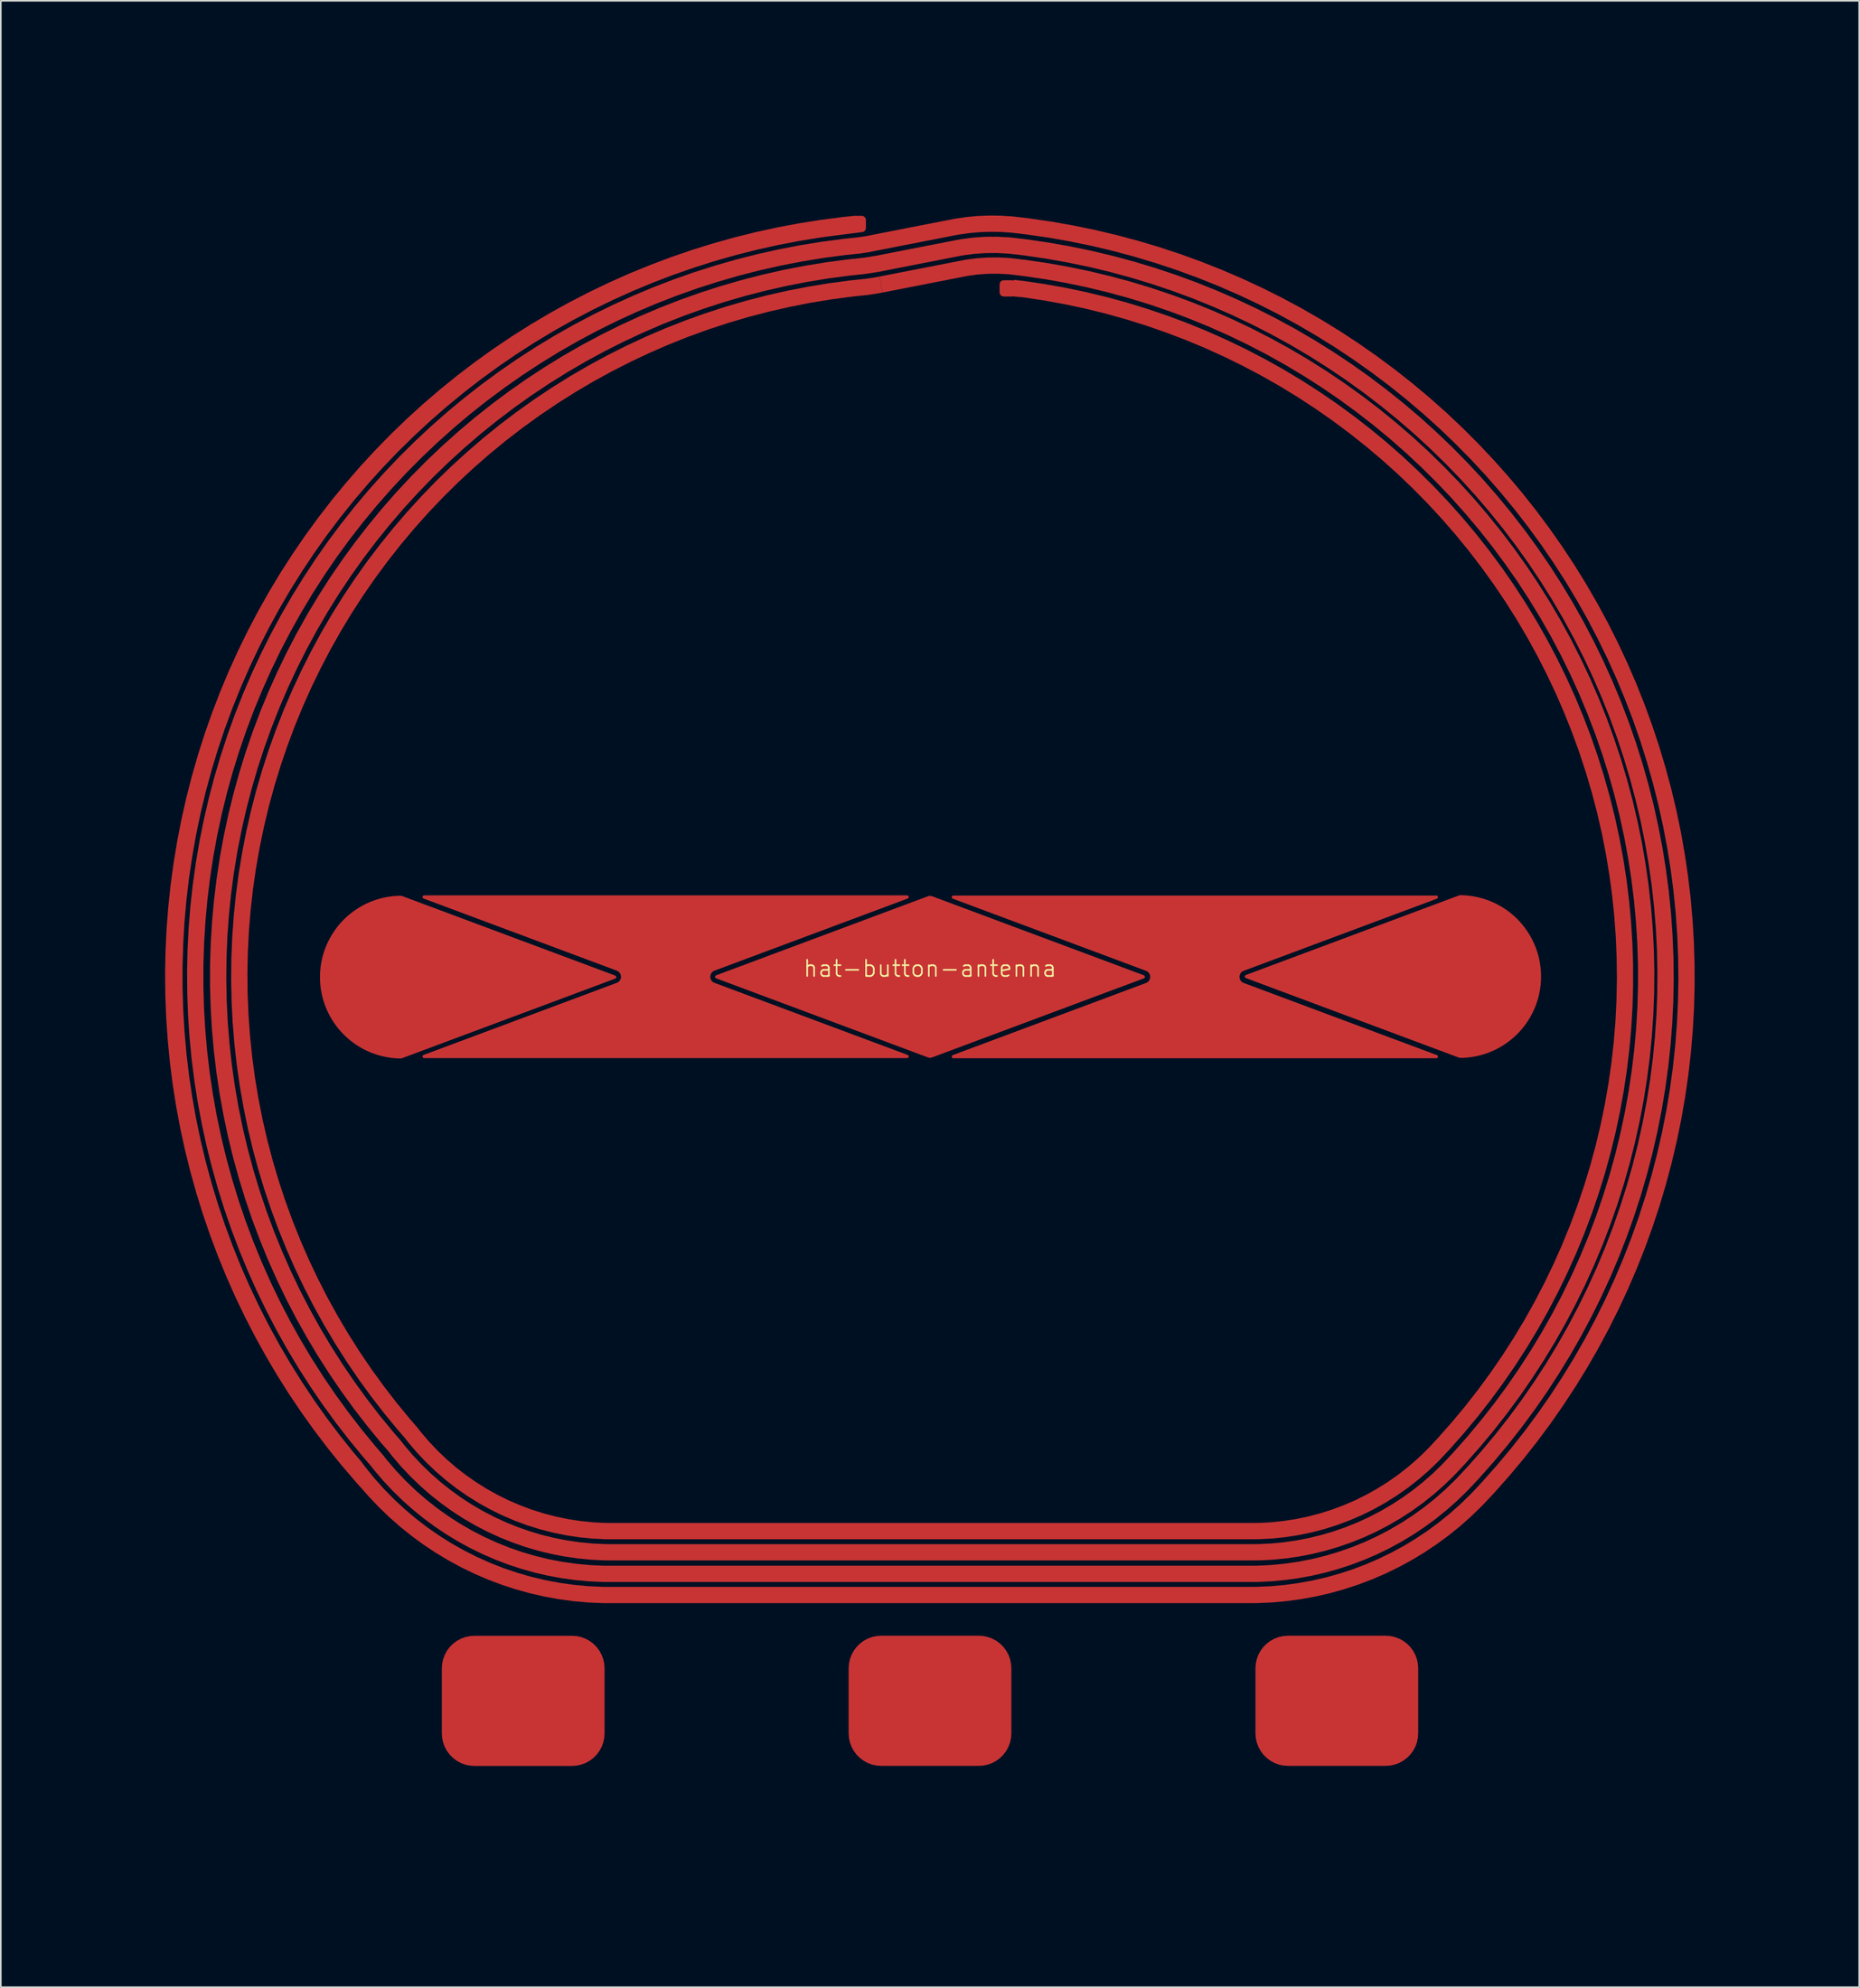
<source format=kicad_pcb>
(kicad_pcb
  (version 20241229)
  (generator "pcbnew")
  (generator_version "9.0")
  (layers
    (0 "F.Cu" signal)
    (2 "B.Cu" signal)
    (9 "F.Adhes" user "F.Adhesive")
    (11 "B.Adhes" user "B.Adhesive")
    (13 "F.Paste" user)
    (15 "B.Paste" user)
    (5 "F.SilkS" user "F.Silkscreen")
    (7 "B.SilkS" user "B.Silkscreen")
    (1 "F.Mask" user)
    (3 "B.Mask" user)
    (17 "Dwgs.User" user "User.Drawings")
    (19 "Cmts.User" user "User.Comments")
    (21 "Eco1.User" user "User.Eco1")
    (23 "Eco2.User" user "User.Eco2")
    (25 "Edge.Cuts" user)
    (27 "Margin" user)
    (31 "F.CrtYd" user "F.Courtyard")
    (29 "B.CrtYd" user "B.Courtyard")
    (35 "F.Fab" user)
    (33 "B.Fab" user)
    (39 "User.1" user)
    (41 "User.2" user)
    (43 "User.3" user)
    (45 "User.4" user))
  (footprint "hat-button-antenna"
    (layer "F.Cu")
    (at 54.1 56.975)
    (property "Reference" "hat-button-antenna" (at 0 -0.5 0) (layer "F.SilkS") (effects (font (size 1 1) (thickness 0.1))))
    (property "Datasheet" "" (at 0 0 0) (layer "F.Fab") (effects (font (size 1 1) (thickness 0.15))))
    (property "Description" "" (at 0 0 0) (layer "F.Fab") (effects (font (size 1 1) (thickness 0.15))))
    (attr smd)
    (fp_line (start -54 -5) (end -54 5) (stroke (width 0.2) (type default)) (layer "User.1"))
    (fp_line (start -35.008 -45.448) (end -35.008 -45.448) (stroke (width 0.2) (type default)) (layer "User.1"))
    (fp_line (start -34.043 -44.316) (end -35.008 -45.448) (stroke (width 0.2) (type default)) (layer "User.1"))
    (fp_line (start -32.431 4.974) (end -19.359 0.094) (stroke (width 0.2) (type default)) (layer "User.1"))
    (fp_line (start -32.208 -47.711) (end -31.299 -46.524) (stroke (width 0.2) (type default)) (layer "User.1"))
    (fp_line (start -31.457 -45.27) (end -32.799 -44.185) (stroke (width 0.2) (type default)) (layer "User.1"))
    (fp_line (start -31.123 -4.806) (end -19.254 -0.375) (stroke (width 0.2) (type default)) (layer "User.1"))
    (fp_line (start -31.089 5) (end -1.411 5) (stroke (width 0.2) (type default)) (layer "User.1"))
    (fp_line (start -30 42.5) (end -30 46.5) (stroke (width 0.2) (type default)) (layer "User.1"))
    (fp_line (start -28 48.5) (end -22 48.5) (stroke (width 0.2) (type default)) (layer "User.1"))
    (fp_line (start -22 40.5) (end -28 40.5) (stroke (width 0.2) (type default)) (layer "User.1"))
    (fp_line (start -20 46.5) (end -20 42.5) (stroke (width 0.2) (type default)) (layer "User.1"))
    (fp_line (start -19.666 35.9) (end 19.666 35.9) (stroke (width 0.2) (type default)) (layer "User.1"))
    (fp_line (start -19.666 37.2) (end 19.666 37.2) (stroke (width 0.2) (type default)) (layer "User.1"))
    (fp_line (start -19.666 38.5) (end 19.666 38.5) (stroke (width 0.2) (type default)) (layer "User.1"))
    (fp_line (start -19.666 34.6) (end 19.666 34.6) (stroke (width 0.2) (type default)) (layer "User.1"))
    (fp_line (start -19.359 -0.094) (end -32.433 -4.975) (stroke (width 0.2) (type default)) (layer "User.1"))
    (fp_line (start -19.254 0.375) (end -31.124 4.806) (stroke (width 0.2) (type default)) (layer "User.1"))
    (fp_line (start -14.569 -56.875) (end -14.569 -56.875) (stroke (width 0.2) (type default)) (layer "User.1"))
    (fp_line (start -13.246 -0.375) (end -1.377 -4.806) (stroke (width 0.2) (type default)) (layer "User.1"))
    (fp_line (start -13.141 0.094) (end -0.14 4.948) (stroke (width 0.2) (type default)) (layer "User.1"))
    (fp_line (start -5 42.5) (end -5 46.5) (stroke (width 0.2) (type default)) (layer "User.1"))
    (fp_line (start -4.632 -45.687) (end -4.632 -46.761) (stroke (width 0.2) (type default)) (layer "User.1"))
    (fp_line (start -3.532 -44.571) (end 1.425 -45.542) (stroke (width 0.2) (type default)) (layer "User.1"))
    (fp_line (start -3.282 -43.295) (end 1.675 -44.267) (stroke (width 0.2) (type default)) (layer "User.1"))
    (fp_line (start -3.032 -42.02) (end 1.925 -42.991) (stroke (width 0.2) (type default)) (layer "User.1"))
    (fp_line (start -3 48.5) (end 3 48.5) (stroke (width 0.2) (type default)) (layer "User.1"))
    (fp_line (start -1.411 -5) (end -31.09 -5) (stroke (width 0.2) (type default)) (layer "User.1"))
    (fp_line (start -1.377 -4.806) (end -1.377 -4.806) (stroke (width 0.2) (type default)) (layer "User.1"))
    (fp_line (start -1.376 4.806) (end -13.246 0.375) (stroke (width 0.2) (type default)) (layer "User.1"))
    (fp_line (start -0.14 -4.948) (end -13.141 -0.094) (stroke (width 0.2) (type default)) (layer "User.1"))
    (fp_line (start 0.14 4.948) (end 13.141 0.094) (stroke (width 0.2) (type default)) (layer "User.1"))
    (fp_line (start 1.233 -46.524) (end -3.724 -45.553) (stroke (width 0.2) (type default)) (layer "User.1"))
    (fp_line (start 1.377 -4.806) (end 13.246 -0.375) (stroke (width 0.2) (type default)) (layer "User.1"))
    (fp_line (start 1.411 5) (end 31.089 5) (stroke (width 0.2) (type default)) (layer "User.1"))
    (fp_line (start 1.483 -45.248) (end -3.474 -44.277) (stroke (width 0.2) (type default)) (layer "User.1"))
    (fp_line (start 1.733 -43.972) (end -3.224 -43.001) (stroke (width 0.2) (type default)) (layer "User.1"))
    (fp_line (start 3 40.5) (end -3 40.5) (stroke (width 0.2) (type default)) (layer "User.1"))
    (fp_line (start 5 -42.809) (end 5 -41.802) (stroke (width 0.2) (type default)) (layer "User.1"))
    (fp_line (start 5 46.5) (end 5 42.5) (stroke (width 0.2) (type default)) (layer "User.1"))
    (fp_line (start 13.141 -0.094) (end 0.14 -4.948) (stroke (width 0.2) (type default)) (layer "User.1"))
    (fp_line (start 13.246 0.375) (end 1.376 4.806) (stroke (width 0.2) (type default)) (layer "User.1"))
    (fp_line (start 14.569 -56.875) (end -14.569 -56.875) (stroke (width 0.2) (type default)) (layer "User.1"))
    (fp_line (start 19.254 -0.375) (end 31.123 -4.806) (stroke (width 0.2) (type default)) (layer "User.1"))
    (fp_line (start 19.359 0.094) (end 32.431 4.974) (stroke (width 0.2) (type default)) (layer "User.1"))
    (fp_line (start 19.666 33.6) (end -19.666 33.6) (stroke (width 0.2) (type default)) (layer "User.1"))
    (fp_line (start 19.666 34.9) (end -19.666 34.9) (stroke (width 0.2) (type default)) (layer "User.1"))
    (fp_line (start 19.666 36.2) (end 19.666 36.2) (stroke (width 0.2) (type default)) (layer "User.1"))
    (fp_line (start 19.666 36.2) (end -19.666 36.2) (stroke (width 0.2) (type default)) (layer "User.1"))
    (fp_line (start 19.666 37.5) (end 19.666 37.5) (stroke (width 0.2) (type default)) (layer "User.1"))
    (fp_line (start 19.666 37.5) (end -19.666 37.5) (stroke (width 0.2) (type default)) (layer "User.1"))
    (fp_line (start 20 42.5) (end 20 46.5) (stroke (width 0.2) (type default)) (layer "User.1"))
    (fp_line (start 22 48.5) (end 28 48.5) (stroke (width 0.2) (type default)) (layer "User.1"))
    (fp_line (start 28 40.5) (end 22 40.5) (stroke (width 0.2) (type default)) (layer "User.1"))
    (fp_line (start 30 46.5) (end 30 42.5) (stroke (width 0.2) (type default)) (layer "User.1"))
    (fp_line (start 31.088 -5) (end 1.41 -5) (stroke (width 0.2) (type default)) (layer "User.1"))
    (fp_line (start 31.123 -4.806) (end 31.123 -4.806) (stroke (width 0.2) (type default)) (layer "User.1"))
    (fp_line (start 31.124 4.806) (end 19.254 0.375) (stroke (width 0.2) (type default)) (layer "User.1"))
    (fp_line (start 31.299 -46.524) (end 32.208 -47.711) (stroke (width 0.2) (type default)) (layer "User.1"))
    (fp_line (start 32.208 -47.711) (end 32.208 -47.711) (stroke (width 0.2) (type default)) (layer "User.1"))
    (fp_line (start 32.431 -4.974) (end 19.359 -0.094) (stroke (width 0.2) (type default)) (layer "User.1"))
    (fp_line (start 32.779 -44.201) (end 31.436 -45.287) (stroke (width 0.2) (type default)) (layer "User.1"))
    (fp_line (start 35.008 -45.448) (end 34.038 -44.31) (stroke (width 0.2) (type default)) (layer "User.1"))
    (fp_line (start 54 5) (end 54 -5) (stroke (width 0.2) (type default)) (layer "User.1"))
    (fp_arc (start -54 -5) (mid -52.22818 -18.719227) (end -47.028993 -31.538158) (stroke (width 0.2) (type default)) (layer "User.1"))
    (fp_arc (start -47.028993 -31.538158) (mid -46.176168 -32.346833) (end -45.016356 -32.536842) (stroke (width 0.2) (type default)) (layer "User.1"))
    (fp_arc (start -44.618456 35.416992) (mid -51.60134 20.915453) (end -54 4.999998) (stroke (width 0.2) (type default)) (layer "User.1"))
    (fp_arc (start -42.351204 36.193625) (mid -43.614038 36.182511) (end -44.618456 35.416992) (stroke (width 0.2) (type default)) (layer "User.1"))
    (fp_arc (start -42.351204 36.193625) (mid -38.075713 37.407407) (end -37.560787 41.821922) (stroke (width 0.2) (type default)) (layer "User.1"))
    (fp_arc (start -40.915929 -38.326217) (mid -41.210512 -34.188074) (end -45.016356 -32.536842) (stroke (width 0.2) (type default)) (layer "User.1"))
    (fp_arc (start -40.915929 -38.326217) (mid -41.121577 -39.483347) (end -40.64179 -40.556222) (stroke (width 0.2) (type default)) (layer "User.1"))
    (fp_arc (start -40.64179 -40.556222) (mid -38.260473 -43.106906) (end -35.719387 -45.498461) (stroke (width 0.2) (type default)) (layer "User.1"))
    (fp_arc (start -37.156461 44.184147) (mid -37.751627 43.070302) (end -37.560787 41.821922) (stroke (width 0.2) (type default)) (layer "User.1"))
    (fp_arc (start -35.719387 -45.498461) (mid -35.35317 -45.622186) (end -35.008186 -45.447796) (stroke (width 0.2) (type default)) (layer "User.1"))
    (fp_arc (start -34.955355 29.779823) (mid -42.609693 -17.121002) (end -4.632223 -45.686508) (stroke (width 0.2) (type default)) (layer "User.1"))
    (fp_arc (start -34.796584 31.579153) (mid -43.851467 -16.884727) (end -4.632223 -46.760961) (stroke (width 0.2) (type default)) (layer "User.1"))
    (fp_arc (start -34.407599 30.005394) (mid -42.463868 -16.763845) (end -4.632223 -45.417497) (stroke (width 0.2) (type default)) (layer "User.1"))
    (fp_arc (start -33.635875 29.368831) (mid -41.538764 -16.383876) (end -4.530758 -44.422658) (stroke (width 0.2) (type default)) (layer "User.1"))
    (fp_arc (start -33.404295 29.177929) (mid -41.261249 -16.269842) (end -4.500318 -44.124206) (stroke (width 0.2) (type default)) (layer "User.1"))
    (fp_arc (start -32.799468 -44.1849) (mid -33.447559 -43.999096) (end -34.042861 -44.315568) (stroke (width 0.2) (type default)) (layer "User.1"))
    (fp_arc (start -32.632131 28.541833) (mid -40.336258 -15.889574) (end -4.398852 -43.129367) (stroke (width 0.2) (type default)) (layer "User.1"))
    (fp_arc (start -32.576931 -4.999408) (mid -32.503767 -4.993805) (end -32.432859 -4.974933) (stroke (width 0.2) (type default)) (layer "User.1"))
    (fp_arc (start -32.576931 4.999408) (mid -37.5 0) (end -32.576931 -4.999408) (stroke (width 0.2) (type default)) (layer "User.1"))
    (fp_arc (start -32.430871 4.974191) (mid -32.502723 4.993624) (end -32.576931 4.999408) (stroke (width 0.2) (type default)) (layer "User.1"))
    (fp_arc (start -32.400409 28.351083) (mid -40.058779 -15.775443) (end -4.368413 -42.830916) (stroke (width 0.2) (type default)) (layer "User.1"))
    (fp_arc (start -32.208222 -47.711101) (mid -32.306353 -48.084992) (end -32.108528 -48.417075) (stroke (width 0.2) (type default)) (layer "User.1"))
    (fp_arc (start -32.108528 -48.417075) (mid -24.12956 -53.30905) (end -15.42575 -56.749843) (stroke (width 0.2) (type default)) (layer "User.1"))
    (fp_arc (start -31.627729 27.715535) (mid -39.133919 -15.394821) (end -4.266947 -41.836077) (stroke (width 0.2) (type default)) (layer "User.1"))
    (fp_arc (start -31.29929 -46.524337) (mid -31.120864 -45.86459) (end -31.45736 -45.269711) (stroke (width 0.2) (type default)) (layer "User.1"))
    (fp_arc (start -31.123481 -4.806304) (mid -31.187061 -4.91698) (end -31.090112 -5) (stroke (width 0.2) (type default)) (layer "User.1"))
    (fp_arc (start -31.088536 5) (mid -31.186944 4.917772) (end -31.123514 4.806316) (stroke (width 0.2) (type default)) (layer "User.1"))
    (fp_arc (start -30 42.499999) (mid -29.414214 41.085786) (end -28.000001 40.5) (stroke (width 0.2) (type default)) (layer "User.1"))
    (fp_arc (start -28.000001 48.5) (mid -29.414214 47.914214) (end -30 46.500002) (stroke (width 0.2) (type default)) (layer "User.1"))
    (fp_arc (start -21.999999 40.5) (mid -20.585786 41.085786) (end -20 42.499999) (stroke (width 0.2) (type default)) (layer "User.1"))
    (fp_arc (start -20 46.5) (mid -20.585786 47.914214) (end -21.999999 48.5) (stroke (width 0.2) (type default)) (layer "User.1"))
    (fp_arc (start -19.665962 36.2) (mid -27.441297 34.40076) (end -33.635875 29.368831) (stroke (width 0.2) (type default)) (layer "User.1"))
    (fp_arc (start -19.665961 34.9) (mid -26.886554 33.224912) (end -32.632131 28.541833) (stroke (width 0.2) (type default)) (layer "User.1"))
    (fp_arc (start -19.66596 33.6) (mid -26.331372 32.049254) (end -31.627729 27.715535) (stroke (width 0.2) (type default)) (layer "User.1"))
    (fp_arc (start -19.66596 35.9) (mid -27.313314 34.129395) (end -33.404295 29.177929) (stroke (width 0.2) (type default)) (layer "User.1"))
    (fp_arc (start -19.66596 37.2) (mid -27.867763 35.305369) (end -34.407599 30.005394) (stroke (width 0.2) (type default)) (layer "User.1"))
    (fp_arc (start -19.66596 37.5) (mid -28.229936 35.460493) (end -34.955355 29.779823) (stroke (width 0.2) (type default)) (layer "User.1"))
    (fp_arc (start -19.665959 38.5) (mid -27.985123 36.687675) (end -34.796584 31.579153) (stroke (width 0.2) (type default)) (layer "User.1"))
    (fp_arc (start -19.665958 34.6) (mid -26.758475 32.953589) (end -32.400409 28.351083) (stroke (width 0.2) (type default)) (layer "User.1"))
    (fp_arc (start -19.358642 -0.093684) (mid -19.293618 0) (end -19.358641 0.093684) (stroke (width 0.2) (type default)) (layer "User.1"))
    (fp_arc (start -19.253712 -0.374735) (mid -18.993618 0) (end -19.253711 0.374735) (stroke (width 0.2) (type default)) (layer "User.1"))
    (fp_arc (start -15.42575 -56.749843) (mid -15.001759 -56.843427) (end -14.5687 -56.874842) (stroke (width 0.2) (type default)) (layer "User.1"))
    (fp_arc (start -13.246288 0.374735) (mid -13.506382 0) (end -13.246289 -0.374735) (stroke (width 0.2) (type default)) (layer "User.1"))
    (fp_arc (start -13.141358 0.093684) (mid -13.206381 -0.000001) (end -13.141357 -0.093685) (stroke (width 0.2) (type default)) (layer "User.1"))
    (fp_arc (start -5 42.499999) (mid -4.414214 41.085786) (end -3.000001 40.5) (stroke (width 0.2) (type default)) (layer "User.1"))
    (fp_arc (start -3.723822 -45.552537) (mid -4.176472 -45.474587) (end -4.632223 -45.417497) (stroke (width 0.2) (type default)) (layer "User.1"))
    (fp_arc (start -3.531598 -44.571186) (mid -4.029472 -44.485447) (end -4.530758 -44.422658) (stroke (width 0.2) (type default)) (layer "User.1"))
    (fp_arc (start -3.474032 -44.276761) (mid -3.985423 -44.188696) (end -4.500318 -44.124206) (stroke (width 0.2) (type default)) (layer "User.1"))
    (fp_arc (start -3.281717 -43.295428) (mid -3.838377 -43.199569) (end -4.398852 -43.129367) (stroke (width 0.2) (type default)) (layer "User.1"))
    (fp_arc (start -3.224025 -43.001027) (mid -3.794265 -42.902828) (end -4.368413 -42.830916) (stroke (width 0.2) (type default)) (layer "User.1"))
    (fp_arc (start -3.03162 -42.019711) (mid -3.647175 -41.913707) (end -4.266947 -41.836077) (stroke (width 0.2) (type default)) (layer "User.1"))
    (fp_arc (start -3.000001 48.5) (mid -4.414214 47.914214) (end -5 46.500002) (stroke (width 0.2) (type default)) (layer "User.1"))
    (fp_arc (start -1.4115 -5) (mid -1.313092 -4.917771) (end -1.376524 -4.806316) (stroke (width 0.2) (type default)) (layer "User.1"))
    (fp_arc (start -1.376486 4.806316) (mid -1.313055 4.917771) (end -1.411463 5) (stroke (width 0.2) (type default)) (layer "User.1"))
    (fp_arc (start -0.139917 -4.947762) (mid 0 -4.973029) (end 0.139917 -4.947762) (stroke (width 0.2) (type default)) (layer "User.1"))
    (fp_arc (start 0.139909 4.947765) (mid -0.000001 4.973031) (end -0.13991 4.947765) (stroke (width 0.2) (type default)) (layer "User.1"))
    (fp_arc (start 1.232663 -46.52378) (mid 3.317387 -46.767248) (end 5.414747 -46.687049) (stroke (width 0.2) (type default)) (layer "User.1"))
    (fp_arc (start 1.376519 -4.806304) (mid 1.312939 -4.91698) (end 1.409888 -5) (stroke (width 0.2) (type default)) (layer "User.1"))
    (fp_arc (start 1.411464 5) (mid 1.313056 4.917772) (end 1.376486 4.806316) (stroke (width 0.2) (type default)) (layer "User.1"))
    (fp_arc (start 1.424979 -45.542447) (mid 3.356405 -45.768012) (end 5.299539 -45.693707) (stroke (width 0.2) (type default)) (layer "User.1"))
    (fp_arc (start 1.482669 -45.248046) (mid 3.368109 -45.46824) (end 5.264977 -45.395705) (stroke (width 0.2) (type default)) (layer "User.1"))
    (fp_arc (start 1.674944 -44.266706) (mid 3.407107 -44.469) (end 5.14977 -44.402363) (stroke (width 0.2) (type default)) (layer "User.1"))
    (fp_arc (start 1.732652 -43.972308) (mid 3.418819 -44.16923) (end 5.115207 -44.104361) (stroke (width 0.2) (type default)) (layer "User.1"))
    (fp_arc (start 1.924911 -42.990964) (mid 3.457809 -43.169987) (end 5 -43.111019) (stroke (width 0.2) (type default)) (layer "User.1"))
    (fp_arc (start 3 40.5) (mid 4.414214 41.085786) (end 5 42.499999) (stroke (width 0.2) (type default)) (layer "User.1"))
    (fp_arc (start 5 -43.111019) (mid 40.765242 -14.89144) (end 31.61121 29.737037) (stroke (width 0.2) (type default)) (layer "User.1"))
    (fp_arc (start 5 -42.808993) (mid 40.489421 -14.772161) (end 31.3927 29.531481) (stroke (width 0.2) (type default)) (layer "User.1"))
    (fp_arc (start 5 -41.802032) (mid 39.569972 -14.374534) (end 30.664331 28.846296) (stroke (width 0.2) (type default)) (layer "User.1"))
    (fp_arc (start 5 46.500001) (mid 4.414214 47.914214) (end 3.000002 48.5) (stroke (width 0.2) (type default)) (layer "User.1"))
    (fp_arc (start 5.115207 -44.104361) (mid 41.704534 -15.234561) (end 32.339579 30.422222) (stroke (width 0.2) (type default)) (layer "User.1"))
    (fp_arc (start 5.14977 -44.402363) (mid 41.986321 -15.337496) (end 32.55809 30.627778) (stroke (width 0.2) (type default)) (layer "User.1"))
    (fp_arc (start 5.264977 -45.395705) (mid 42.925613 -15.680618) (end 33.286459 31.312963) (stroke (width 0.2) (type default)) (layer "User.1"))
    (fp_arc (start 5.299539 -45.693707) (mid 43.207401 -15.783553) (end 33.50497 31.518519) (stroke (width 0.2) (type default)) (layer "User.1"))
    (fp_arc (start 5.414747 -46.687049) (mid 44.146692 -16.126674) (end 34.233339 32.203704) (stroke (width 0.2) (type default)) (layer "User.1"))
    (fp_arc (start 13.141359 -0.093684) (mid 13.206382 0) (end 13.141358 0.093684) (stroke (width 0.2) (type default)) (layer "User.1"))
    (fp_arc (start 13.246288 -0.374735) (mid 13.506382 0) (end 13.246289 0.374735) (stroke (width 0.2) (type default)) (layer "User.1"))
    (fp_arc (start 14.5688 -56.874852) (mid 15.001809 -56.843432) (end 15.42575 -56.749843) (stroke (width 0.2) (type default)) (layer "User.1"))
    (fp_arc (start 15.42575 -56.749843) (mid 24.12956 -53.30905) (end 32.108528 -48.417075) (stroke (width 0.2) (type default)) (layer "User.1"))
    (fp_arc (start 19.253712 0.374735) (mid 18.993618 0) (end 19.253711 -0.374735) (stroke (width 0.2) (type default)) (layer "User.1"))
    (fp_arc (start 19.358641 0.093684) (mid 19.293618 0) (end 19.358642 -0.093684) (stroke (width 0.2) (type default)) (layer "User.1"))
    (fp_arc (start 20 42.499999) (mid 20.585786 41.085786) (end 21.999999 40.5) (stroke (width 0.2) (type default)) (layer "User.1"))
    (fp_arc (start 21.999999 48.5) (mid 20.585786 47.914214) (end 20 46.500001) (stroke (width 0.2) (type default)) (layer "User.1"))
    (fp_arc (start 28.000001 40.5) (mid 29.414214 41.085786) (end 30 42.499999) (stroke (width 0.2) (type default)) (layer "User.1"))
    (fp_arc (start 30 46.500001) (mid 29.414214 47.914214) (end 28.000002 48.5) (stroke (width 0.2) (type default)) (layer "User.1"))
    (fp_arc (start 30.664331 28.846296) (mid 25.656825 32.360719) (end 19.665959 33.6) (stroke (width 0.2) (type default)) (layer "User.1"))
    (fp_arc (start 31.0885 -5) (mid 31.186908 -4.917771) (end 31.123476 -4.806316) (stroke (width 0.2) (type default)) (layer "User.1"))
    (fp_arc (start 31.123514 4.806316) (mid 31.186945 4.917771) (end 31.088537 5) (stroke (width 0.2) (type default)) (layer "User.1"))
    (fp_arc (start 31.3927 29.531481) (mid 26.053573 33.278648) (end 19.665963 34.6) (stroke (width 0.2) (type default)) (layer "User.1"))
    (fp_arc (start 31.436456 -45.286607) (mid 31.119257 -45.877879) (end 31.299254 -46.52429) (stroke (width 0.2) (type default)) (layer "User.1"))
    (fp_arc (start 31.61121 29.737037) (mid 26.172594 33.554026) (end 19.665959 34.9) (stroke (width 0.2) (type default)) (layer "User.1"))
    (fp_arc (start 32.108528 -48.417075) (mid 32.306288 -48.084926) (end 32.208089 -47.71105) (stroke (width 0.2) (type default)) (layer "User.1"))
    (fp_arc (start 32.339579 30.422222) (mid 26.569342 34.471955) (end 19.665963 35.9) (stroke (width 0.2) (type default)) (layer "User.1"))
    (fp_arc (start 32.430915 -4.974207) (mid 32.502745 -4.993631) (end 32.576931 -4.999408) (stroke (width 0.2) (type default)) (layer "User.1"))
    (fp_arc (start 32.55809 30.627778) (mid 26.688365 34.747333) (end 19.66596 36.199999) (stroke (width 0.2) (type default)) (layer "User.1"))
    (fp_arc (start 32.576931 -4.999408) (mid 37.5 0) (end 32.576931 4.999408) (stroke (width 0.2) (type default)) (layer "User.1"))
    (fp_arc (start 32.576931 4.999408) (mid 32.502723 4.993624) (end 32.430872 4.974191) (stroke (width 0.2) (type default)) (layer "User.1"))
    (fp_arc (start 33.286459 31.312963) (mid 27.085112 35.665262) (end 19.665962 37.2) (stroke (width 0.2) (type default)) (layer "User.1"))
    (fp_arc (start 33.50497 31.518519) (mid 27.204135 35.94064) (end 19.66596 37.499999) (stroke (width 0.2) (type default)) (layer "User.1"))
    (fp_arc (start 34.038387 -44.310321) (mid 33.431 -43.997551) (end 32.778963 -44.201475) (stroke (width 0.2) (type default)) (layer "User.1"))
    (fp_arc (start 34.233339 32.203704) (mid 27.60088 36.858568) (end 19.665958 38.5) (stroke (width 0.2) (type default)) (layer "User.1"))
    (fp_arc (start 35.008195 -45.447902) (mid 35.353183 -45.622223) (end 35.719387 -45.498461) (stroke (width 0.2) (type default)) (layer "User.1"))
    (fp_arc (start 35.719387 -45.498461) (mid 38.260473 -43.106905) (end 40.64179 -40.556222) (stroke (width 0.2) (type default)) (layer "User.1"))
    (fp_arc (start 37.156461 44.184147) (mid 0 59) (end -37.156461 44.184147) (stroke (width 0.2) (type default)) (layer "User.1"))
    (fp_arc (start 37.560787 41.821922) (mid 37.751627 43.070302) (end 37.156461 44.184147) (stroke (width 0.2) (type default)) (layer "User.1"))
    (fp_arc (start 37.560787 41.821922) (mid 38.075713 37.407407) (end 42.351204 36.193625) (stroke (width 0.2) (type default)) (layer "User.1"))
    (fp_arc (start 40.64179 -40.556222) (mid 41.1216 -39.48335) (end 40.915929 -38.326217) (stroke (width 0.2) (type default)) (layer "User.1"))
    (fp_arc (start 44.618456 35.416992) (mid 43.614038 36.182511) (end 42.351204 36.193625) (stroke (width 0.2) (type default)) (layer "User.1"))
    (fp_arc (start 45.016356 -32.536842) (mid 41.210501 -34.18807) (end 40.915929 -38.326217) (stroke (width 0.2) (type default)) (layer "User.1"))
    (fp_arc (start 45.016356 -32.536842) (mid 46.176169 -32.346835) (end 47.028993 -31.538158) (stroke (width 0.2) (type default)) (layer "User.1"))
    (fp_arc (start 47.028993 -31.538158) (mid 52.228179 -18.719227) (end 54 -5) (stroke (width 0.2) (type default)) (layer "User.1"))
    (fp_arc (start 54 5.000001) (mid 51.60134 20.915455) (end 44.618456 35.416992) (stroke (width 0.2) (type default)) (layer "User.1"))
    (fp_circle (center -34.5 10.1) (end -34.5 8.9) (stroke (width 0.2) (type default)) (fill no) (layer "User.1"))
    (fp_circle (center 34.5 10.1) (end 34.5 8.9) (stroke (width 0.2) (type default)) (fill no) (layer "User.1"))
    (pad "1" smd roundrect (at -24.999 44.504) (size 10 8) (layers "F.Cu" "F.Mask" "F.Paste") (roundrect_rratio 0.25))
    (pad "2" smd roundrect (at 0 44.5) (size 10 8) (layers "F.Cu" "F.Mask" "F.Paste") (roundrect_rratio 0.25))
    (pad "3" smd roundrect (at 25 44.5) (size 10 8) (layers "F.Cu" "F.Mask" "F.Paste") (roundrect_rratio 0.25))
    (pad "4" smd custom (at -33 0) (size 1 1) (layers "F.Cu" "F.Mask" "F.Paste") (options (anchor circle)) (primitives (gr_poly (pts (xy -0.5 -0.25) (xy -0.481 -0.346) (xy -0.427 -0.427) (xy -0.346 -0.481) (xy -0.25 -0.5) (xy 0.25 -0.5) (xy 0.346 -0.481) (xy 0.427 -0.427) (xy 0.481 -0.346) (xy 0.5 -0.25) (xy 0.5 0.25) (xy 0.481 0.346) (xy 0.427 0.427) (xy 0.346 0.481) (xy 0.25 0.5) (xy -0.25 0.5) (xy -0.346 0.481) (xy -0.427 0.427) (xy -0.481 0.346) (xy -0.5 0.25)) (width 0) (fill yes)) (gr_poly (pts (arc (start 0.436555 -4.975257) (mid -4.486514 0.024151) (end 0.436555 5.023559)) (arc (start 0.436555 5.023559) (mid 0.510763 5.017775) (end 0.582615 4.998342)) (arc (start 13.654845 0.117835) (mid 13.719868 0.024151) (end 13.654844 -0.069533)) (arc (start 0.580627 -4.950782) (mid 0.509719 -4.969654) (end 0.436555 -4.975257))) (width 0) (fill yes))))
    (pad "5" smd custom (at -16.5 0) (size 1 1) (layers "F.Cu" "F.Mask" "F.Paste") (options (anchor circle)) (primitives (gr_poly (pts (xy -0.5 -0.25) (xy -0.481 -0.346) (xy -0.427 -0.427) (xy -0.346 -0.481) (xy -0.25 -0.5) (xy 0.25 -0.5) (xy 0.346 -0.481) (xy 0.427 -0.427) (xy 0.481 -0.346) (xy 0.5 -0.25) (xy 0.5 0.25) (xy 0.481 0.346) (xy 0.427 0.427) (xy 0.346 0.481) (xy 0.25 0.5) (xy -0.25 0.5) (xy -0.346 0.481) (xy -0.427 0.427) (xy -0.481 0.346) (xy -0.5 0.25)) (width 0) (fill yes)) (gr_poly (pts (arc (start -14.619813 4.808752) (mid -14.683243 4.920208) (end -14.584835 5.002436)) (arc (start 15.092238 5.002436) (mid 15.190646 4.920207) (end 15.127215 4.808752)) (arc (start 3.257413 0.377171) (mid 2.997319 0.002436) (end 3.257412 -0.372299)) (xy 15.127 -4.804) (arc (start 15.127177 -4.80388) (mid 15.190609 -4.915335) (end 15.092201 -4.997564)) (arc (start -14.586411 -4.997564) (mid -14.68336 -4.914544) (end -14.61978 -4.803868)) (arc (start -2.750011 -0.372299) (mid -2.489917 0.002436) (end -2.75001 0.377171))) (width 0) (fill yes))))
    (pad "6" smd custom (at 0 0) (size 1 1) (layers "F.Cu" "F.Mask" "F.Paste") (options (anchor circle)) (primitives (gr_poly (pts (xy -0.5 -0.25) (xy -0.481 -0.346) (xy -0.427 -0.427) (xy -0.346 -0.481) (xy -0.25 -0.5) (xy 0.25 -0.5) (xy 0.346 -0.481) (xy 0.427 -0.427) (xy 0.481 -0.346) (xy 0.5 -0.25) (xy 0.5 0.25) (xy 0.481 0.346) (xy 0.427 0.427) (xy 0.346 0.481) (xy 0.25 0.5) (xy -0.25 0.5) (xy -0.346 0.481) (xy -0.427 0.427) (xy -0.481 0.346) (xy -0.5 0.25)) (width 0) (fill yes)) (gr_poly (pts (arc (start 0.140612 4.955048) (mid 0.000702 4.980314) (end -0.139207 4.955048)) (arc (start -13.140655 0.100967) (mid -13.205678 0.007282) (end -13.140654 -0.086402)) (arc (start -0.139214 -4.940479) (mid 0.000703 -4.965746) (end 0.14062 -4.940479)) (arc (start 13.142062 -0.086401) (mid 13.207085 0.007283) (end 13.142061 0.100967))) (width 0) (fill yes))))
    (pad "7" smd custom (at 16 0) (size 1 1) (layers "F.Cu" "F.Mask" "F.Paste") (options (anchor circle)) (primitives (gr_poly (pts (xy -0.5 -0.25) (xy -0.481 -0.346) (xy -0.427 -0.427) (xy -0.346 -0.481) (xy -0.25 -0.5) (xy 0.25 -0.5) (xy 0.346 -0.481) (xy 0.427 -0.427) (xy 0.481 -0.346) (xy 0.5 -0.25) (xy 0.5 0.25) (xy 0.481 0.346) (xy 0.427 0.427) (xy 0.346 0.481) (xy 0.25 0.5) (xy -0.25 0.5) (xy -0.346 0.481) (xy -0.427 0.427) (xy -0.481 0.346) (xy -0.5 0.25)) (width 0) (fill yes)) (gr_poly (pts (arc (start -14.598076 4.817518) (mid -14.661506 4.928974) (end -14.563098 5.011202)) (arc (start 15.113975 5.011202) (mid 15.212383 4.928973) (end 15.148952 4.817518)) (arc (start 3.27915 0.385937) (mid 3.019056 0.011202) (end 3.279149 -0.363533)) (xy 15.149 -4.795) (arc (start 15.148914 -4.795114) (mid 15.212346 -4.906569) (end 15.113938 -4.988798)) (arc (start -14.564674 -4.988798) (mid -14.661623 -4.905778) (end -14.598043 -4.795102)) (arc (start -2.728274 -0.363533) (mid -2.46818 0.011202) (end -2.728273 0.385937))) (width 0) (fill yes))))
    (pad "8" smd custom (at 32.5 0) (size 1 1) (layers "F.Cu" "F.Mask" "F.Paste") (options (anchor circle)) (primitives (gr_poly (pts (xy -0.5 -0.25) (xy -0.481 -0.346) (xy -0.427 -0.427) (xy -0.346 -0.481) (xy -0.25 -0.5) (xy 0.25 -0.5) (xy 0.346 -0.481) (xy 0.427 -0.427) (xy 0.481 -0.346) (xy 0.5 -0.25) (xy 0.5 0.25) (xy 0.481 0.346) (xy 0.427 0.427) (xy 0.346 0.481) (xy 0.25 0.5) (xy -0.25 0.5) (xy -0.346 0.481) (xy -0.427 0.427) (xy -0.481 0.346) (xy -0.5 0.25)) (width 0) (fill yes)) (gr_poly (pts (arc (start 0.127172 4.988606) (mid 0.052964 4.982822) (end -0.018887 4.963389)) (arc (start -13.091118 0.082882) (mid -13.156141 -0.010802) (end -13.091117 -0.104486)) (arc (start -0.018844 -4.985009) (mid 0.052986 -5.004433) (end 0.127172 -5.01021)) (arc (start 0.127172 -5.01021) (mid 5.050241 -0.010802) (end 0.127172 4.988606))) (width 0) (fill yes))))
    (pad "9" smd custom (at -4.439 -46.26) (size 1 1) (layers "F.Cu" "F.Mask" "F.Paste") (options (anchor circle)) (primitives (gr_poly (pts (xy -0.5 -0.25) (xy -0.481 -0.346) (xy -0.427 -0.427) (xy -0.346 -0.481) (xy -0.25 -0.5) (xy 0.25 -0.5) (xy 0.346 -0.481) (xy 0.427 -0.427) (xy 0.481 -0.346) (xy 0.5 -0.25) (xy 0.5 0.25) (xy 0.481 0.346) (xy 0.427 0.427) (xy 0.346 0.481) (xy 0.25 0.5) (xy -0.25 0.5) (xy -0.346 0.481) (xy -0.427 0.427) (xy -0.481 0.346) (xy -0.5 0.25)) (width 0) (fill yes)) (gr_poly (pts (xy 24.093 83.76) (xy 24.523 83.757) (xy 25.384 83.718) (xy 26.241 83.64) (xy 27.095 83.523) (xy 27.942 83.368) (xy 28.781 83.175) (xy 29.611 82.943) (xy 30.429 82.675) (xy 31.234 82.369) (xy 32.025 82.027) (xy 32.799 81.65) (xy 33.556 81.238) (xy 34.293 80.792) (xy 35.009 80.314) (xy 35.702 79.803) (xy 36.372 79.262) (xy 37.017 78.69) (xy 37.635 78.09) (xy 37.932 77.778) (xy 38.394 77.283) (xy 39.294 76.268) (xy 40.163 75.228) (xy 41.001 74.163) (xy 41.807 73.073) (xy 42.581 71.96) (xy 43.321 70.824) (xy 44.028 69.668) (xy 44.701 68.491) (xy 45.338 67.294) (xy 45.94 66.08) (xy 46.506 64.848) (xy 47.036 63.6) (xy 47.528 62.337) (xy 47.983 61.06) (xy 48.4 59.77) (xy 48.779 58.469) (xy 49.12 57.156) (xy 49.422 55.835) (xy 49.684 54.505) (xy 49.907 53.168) (xy 50.091 51.825) (xy 50.235 50.477) (xy 50.34 49.125) (xy 50.404 47.771) (xy 50.429 46.416) (xy 50.413 45.06) (xy 50.358 43.706) (xy 50.263 42.353) (xy 50.128 41.005) (xy 49.953 39.66) (xy 49.739 38.322) (xy 49.485 36.99) (xy 49.193 35.666) (xy 48.861 34.352) (xy 48.491 33.048) (xy 48.083 31.755) (xy 47.636 30.475) (xy 47.152 29.209) (xy 46.632 27.957) (xy 46.074 26.722) (xy 45.48 25.503) (xy 44.851 24.303) (xy 44.186 23.121) (xy 43.487 21.959) (xy 42.754 20.819) (xy 41.988 19.701) (xy 41.189 18.606) (xy 40.358 17.534) (xy 39.496 16.488) (xy 38.604 15.468) (xy 37.682 14.474) (xy 36.731 13.508) (xy 35.752 12.57) (xy 34.745 11.662) (xy 33.713 10.784) (xy 32.655 9.936) (xy 31.572 9.12) (xy 30.466 8.337) (xy 29.338 7.586) (xy 28.187 6.869) (xy 27.016 6.186) (xy 25.826 5.537) (xy 24.616 4.924) (xy 23.39 4.348) (xy 22.147 3.807) (xy 20.888 3.303) (xy 19.615 2.837) (xy 18.329 2.408) (xy 17.031 2.018) (xy 15.722 1.665) (xy 14.403 1.352) (xy 13.076 1.078) (xy 11.741 0.842) (xy 10.399 0.647) (xy 9.726 0.566) (xy 9.404 0.531) (xy 8.756 0.489) (xy 8.107 0.481) (xy 7.459 0.506) (xy 6.813 0.565) (xy 6.17 0.657) (xy 0.895 1.688) (xy 0.703 0.707) (xy 6.003 -0.329) (xy 6.697 -0.428) (xy 7.394 -0.492) (xy 8.094 -0.519) (xy 8.794 -0.51) (xy 9.493 -0.466) (xy 9.841 -0.427) (xy 10.52 -0.346) (xy 11.873 -0.149) (xy 13.219 0.087) (xy 14.558 0.362) (xy 15.888 0.676) (xy 17.209 1.029) (xy 18.518 1.419) (xy 19.816 1.848) (xy 21.101 2.314) (xy 22.372 2.818) (xy 23.627 3.358) (xy 24.867 3.934) (xy 26.089 4.547) (xy 27.293 5.194) (xy 28.477 5.876) (xy 29.641 6.593) (xy 30.784 7.343) (xy 31.904 8.126) (xy 33.002 8.941) (xy 34.075 9.787) (xy 35.123 10.665) (xy 36.145 11.572) (xy 37.14 12.509) (xy 38.107 13.475) (xy 39.046 14.468) (xy 39.956 15.488) (xy 40.836 16.534) (xy 41.685 17.606) (xy 42.502 18.701) (xy 43.287 19.82) (xy 44.04 20.961) (xy 44.759 22.124) (xy 45.443 23.307) (xy 46.094 24.509) (xy 46.708 25.73) (xy 47.287 26.968) (xy 47.83 28.222) (xy 48.336 29.492) (xy 48.805 30.776) (xy 49.237 32.073) (xy 49.63 33.382) (xy 49.986 34.702) (xy 50.303 36.031) (xy 50.581 37.369) (xy 50.82 38.715) (xy 51.019 40.067) (xy 51.18 41.425) (xy 51.301 42.786) (xy 51.382 44.151) (xy 51.423 45.517) (xy 51.425 46.884) (xy 51.387 48.25) (xy 51.309 49.615) (xy 51.192 50.977) (xy 51.035 52.334) (xy 50.839 53.687) (xy 50.603 55.034) (xy 50.328 56.373) (xy 50.015 57.703) (xy 49.663 59.024) (xy 49.273 60.334) (xy 48.844 61.632) (xy 48.379 62.917) (xy 47.876 64.188) (xy 47.336 65.444) (xy 46.76 66.683) (xy 46.148 67.905) (xy 45.501 69.109) (xy 44.819 70.294) (xy 44.103 71.458) (xy 43.354 72.601) (xy 42.572 73.722) (xy 41.757 74.82) (xy 40.911 75.893) (xy 40.034 76.942) (xy 39.126 77.964) (xy 38.66 78.463) (xy 38.347 78.792) (xy 37.697 79.423) (xy 37.019 80.025) (xy 36.314 80.595) (xy 35.583 81.132) (xy 34.83 81.636) (xy 34.054 82.105) (xy 33.258 82.539) (xy 32.443 82.936) (xy 31.61 83.296) (xy 30.763 83.617) (xy 29.901 83.9) (xy 29.028 84.144) (xy 28.145 84.348) (xy 27.253 84.511) (xy 26.354 84.634) (xy 25.452 84.716) (xy 24.546 84.757) (xy 24.093 84.76) (xy -15.239 84.76) (xy -15.691 84.757) (xy -16.593 84.716) (xy -17.493 84.635) (xy -18.388 84.513) (xy -19.276 84.351) (xy -20.156 84.148) (xy -21.027 83.907) (xy -21.885 83.626) (xy -22.73 83.307) (xy -23.56 82.95) (xy -24.372 82.556) (xy -25.166 82.125) (xy -25.94 81.659) (xy -26.692 81.159) (xy -27.421 80.625) (xy -28.124 80.059) (xy -28.802 79.462) (xy -29.452 78.835) (xy -30.073 78.179) (xy -30.37 77.839) (xy -30.827 77.331) (xy -31.715 76.294) (xy -32.573 75.231) (xy -33.399 74.143) (xy -34.194 73.032) (xy -34.955 71.898) (xy -35.684 70.743) (xy -36.378 69.567) (xy -37.038 68.371) (xy -37.664 67.157) (xy -38.253 65.925) (xy -38.807 64.676) (xy -39.324 63.412) (xy -39.804 62.133) (xy -40.246 60.841) (xy -40.651 59.537) (xy -41.018 58.221) (xy -41.346 56.895) (xy -41.636 55.561) (xy -41.887 54.218) (xy -42.099 52.869) (xy -42.271 51.514) (xy -42.404 50.154) (xy -42.497 48.792) (xy -42.551 47.427) (xy -42.565 46.061) (xy -42.54 44.696) (xy -42.474 43.331) (xy -42.37 41.97) (xy -42.225 40.611) (xy -42.041 39.258) (xy -41.818 37.911) (xy -41.556 36.57) (xy -41.255 35.238) (xy -40.915 33.915) (xy -40.537 32.602) (xy -40.122 31.301) (xy -39.668 30.013) (xy -39.177 28.739) (xy -38.65 27.479) (xy -38.086 26.235) (xy -37.486 25.008) (xy -36.85 23.799) (xy -36.18 22.609) (xy -35.476 21.438) (xy -34.737 20.289) (xy -33.966 19.162) (xy -33.162 18.058) (xy -32.327 16.977) (xy -31.46 15.922) (xy -30.564 14.891) (xy -29.637 13.888) (xy -28.682 12.911) (xy -27.699 11.963) (xy -26.689 11.044) (xy -25.652 10.155) (xy -24.59 9.296) (xy -23.503 8.468) (xy -22.393 7.673) (xy -21.261 6.909) (xy -20.106 6.179) (xy -18.931 5.483) (xy -17.736 4.822) (xy -16.522 4.195) (xy -15.291 3.604) (xy -14.043 3.049) (xy -12.78 2.531) (xy -11.501 2.049) (xy -10.21 1.605) (xy -8.906 1.198) (xy -7.591 0.83) (xy -6.265 0.5) (xy -4.931 0.208) (xy -3.589 -0.044) (xy -2.24 -0.257) (xy -0.885 -0.432) (xy -0.322 -0.487) (xy 0.304 0.494) (xy -0.877 0.644) (xy -2.215 0.819) (xy -3.548 1.034) (xy -4.874 1.288) (xy -6.192 1.581) (xy -7.5 1.912) (xy -8.799 2.282) (xy -10.086 2.69) (xy -11.36 3.135) (xy -12.621 3.618) (xy -13.867 4.137) (xy -15.097 4.693) (xy -16.31 5.285) (xy -17.506 5.912) (xy -18.682 6.574) (xy -19.839 7.271) (xy -20.974 8.001) (xy -22.088 8.764) (xy -23.178 9.559) (xy -24.245 10.387) (xy -25.287 11.245) (xy -26.303 12.133) (xy -27.293 13.051) (xy -28.256 13.998) (xy -29.19 14.973) (xy -30.095 15.974) (xy -30.97 17.002) (xy -31.815 18.055) (xy -32.628 19.132) (xy -33.409 20.233) (xy -34.158 21.357) (xy -34.873 22.501) (xy -35.555 23.667) (xy -36.202 24.852) (xy -36.813 26.055) (xy -37.389 27.276) (xy -37.929 28.513) (xy -38.432 29.766) (xy -38.899 31.033) (xy -39.328 32.313) (xy -39.719 33.605) (xy -40.072 34.908) (xy -40.386 36.221) (xy -40.662 37.542) (xy -40.898 38.871) (xy -41.096 40.207) (xy -41.254 41.547) (xy -41.373 42.892) (xy -41.452 44.24) (xy -41.492 45.589) (xy -41.492 46.939) (xy -41.452 48.288) (xy -41.372 49.636) (xy -41.253 50.981) (xy -41.095 52.321) (xy -40.897 53.657) (xy -40.66 54.986) (xy -40.384 56.307) (xy -40.069 57.62) (xy -39.716 58.923) (xy -39.325 60.215) (xy -38.896 61.495) (xy -38.429 62.761) (xy -37.926 64.014) (xy -37.386 65.251) (xy -36.809 66.472) (xy -36.198 67.675) (xy -35.551 68.86) (xy -34.869 70.025) (xy -34.153 71.17) (xy -33.405 72.293) (xy -32.623 73.394) (xy -31.81 74.471) (xy -30.965 75.524) (xy -30.529 76.039) (xy -30.263 76.395) (xy -29.703 77.085) (xy -29.111 77.748) (xy -28.489 78.382) (xy -27.837 78.986) (xy -27.159 79.559) (xy -26.454 80.1) (xy -25.724 80.608) (xy -24.972 81.081) (xy -24.199 81.518) (xy -23.406 81.918) (xy -22.595 82.281) (xy -21.768 82.606) (xy -20.926 82.891) (xy -20.073 83.137) (xy -19.208 83.343) (xy -18.335 83.508) (xy -17.456 83.633) (xy -16.571 83.716) (xy -15.684 83.757) (xy -15.239 83.76) (xy 24.093 83.76)) (width 0) (fill yes)) (gr_poly (pts (xy 24.105 82.46) (xy 24.53 82.458) (xy 25.379 82.417) (xy 26.224 82.336) (xy 27.065 82.214) (xy 27.899 82.052) (xy 28.724 81.85) (xy 29.539 81.608) (xy 30.341 81.328) (xy 31.129 81.01) (xy 31.9 80.654) (xy 32.654 80.262) (xy 33.388 79.834) (xy 34.1 79.371) (xy 34.79 78.875) (xy 35.455 78.346) (xy 36.093 77.786) (xy 36.704 77.196) (xy 36.997 76.888) (xy 37.453 76.4) (xy 38.338 75.401) (xy 39.193 74.376) (xy 40.018 73.325) (xy 40.81 72.251) (xy 41.57 71.153) (xy 42.297 70.033) (xy 42.99 68.892) (xy 43.648 67.731) (xy 44.272 66.55) (xy 44.86 65.352) (xy 45.412 64.136) (xy 45.928 62.904) (xy 46.406 61.658) (xy 46.847 60.398) (xy 47.251 59.125) (xy 47.616 57.841) (xy 47.942 56.546) (xy 48.23 55.243) (xy 48.479 53.931) (xy 48.688 52.612) (xy 48.858 51.288) (xy 48.988 49.959) (xy 49.079 48.627) (xy 49.13 47.293) (xy 49.141 45.958) (xy 49.112 44.623) (xy 49.043 43.29) (xy 48.934 41.959) (xy 48.786 40.633) (xy 48.598 39.311) (xy 48.371 37.995) (xy 48.105 36.687) (xy 47.799 35.387) (xy 47.455 34.097) (xy 47.073 32.818) (xy 46.652 31.551) (xy 46.194 30.297) (xy 45.699 29.057) (xy 45.167 27.832) (xy 44.598 26.624) (xy 43.994 25.434) (xy 43.354 24.262) (xy 42.68 23.11) (xy 41.972 21.978) (xy 41.23 20.868) (xy 40.455 19.781) (xy 39.648 18.717) (xy 38.81 17.678) (xy 37.941 16.664) (xy 37.042 15.677) (xy 36.114 14.717) (xy 35.158 13.785) (xy 34.175 12.882) (xy 33.165 12.009) (xy 32.129 11.166) (xy 31.069 10.355) (xy 29.985 9.576) (xy 28.878 8.83) (xy 27.749 8.116) (xy 26.6 7.437) (xy 25.43 6.793) (xy 24.242 6.184) (xy 23.037 5.61) (xy 21.814 5.073) (xy 20.577 4.572) (xy 19.325 4.109) (xy 18.059 3.683) (xy 16.782 3.296) (xy 15.493 2.946) (xy 14.195 2.635) (xy 12.888 2.363) (xy 11.573 2.131) (xy 10.252 1.937) (xy 9.589 1.858) (xy 9.242 1.82) (xy 8.545 1.783) (xy 7.846 1.789) (xy 7.15 1.837) (xy 6.457 1.929) (xy 1.158 2.965) (xy 0.965 1.984) (xy 6.295 0.942) (xy 7.049 0.842) (xy 7.807 0.789) (xy 8.567 0.783) (xy 9.326 0.824) (xy 9.704 0.865) (xy 10.373 0.945) (xy 11.706 1.139) (xy 13.032 1.373) (xy 14.351 1.646) (xy 15.661 1.957) (xy 16.962 2.307) (xy 18.251 2.695) (xy 19.529 3.121) (xy 20.793 3.584) (xy 22.044 4.085) (xy 23.279 4.622) (xy 24.498 5.195) (xy 25.699 5.804) (xy 26.882 6.448) (xy 28.045 7.126) (xy 29.188 7.839) (xy 30.309 8.585) (xy 31.408 9.363) (xy 32.483 10.174) (xy 33.535 11.016) (xy 34.56 11.888) (xy 35.56 12.791) (xy 36.533 13.722) (xy 37.478 14.682) (xy 38.394 15.669) (xy 39.28 16.683) (xy 40.137 17.723) (xy 40.962 18.787) (xy 41.756 19.875) (xy 42.517 20.986) (xy 43.245 22.119) (xy 43.94 23.273) (xy 44.6 24.446) (xy 45.225 25.639) (xy 45.815 26.85) (xy 46.369 28.078) (xy 46.887 29.321) (xy 47.367 30.579) (xy 47.811 31.851) (xy 48.216 33.135) (xy 48.584 34.43) (xy 48.914 35.736) (xy 49.204 37.051) (xy 49.456 38.374) (xy 49.669 39.704) (xy 49.843 41.04) (xy 49.977 42.38) (xy 50.071 43.723) (xy 50.126 45.069) (xy 50.142 46.415) (xy 50.117 47.762) (xy 50.053 49.107) (xy 49.949 50.45) (xy 49.806 51.789) (xy 49.624 53.124) (xy 49.402 54.452) (xy 49.141 55.773) (xy 48.841 57.086) (xy 48.503 58.39) (xy 48.126 59.683) (xy 47.712 60.964) (xy 47.26 62.233) (xy 46.771 63.488) (xy 46.245 64.727) (xy 45.682 65.951) (xy 45.084 67.158) (xy 44.451 68.346) (xy 43.783 69.516) (xy 43.08 70.665) (xy 42.345 71.793) (xy 41.576 72.899) (xy 40.775 73.981) (xy 39.942 75.04) (xy 39.079 76.074) (xy 38.185 77.081) (xy 37.726 77.573) (xy 37.434 77.88) (xy 36.825 78.471) (xy 36.191 79.033) (xy 35.532 79.566) (xy 34.849 80.069) (xy 34.144 80.54) (xy 33.419 80.979) (xy 32.675 81.384) (xy 31.913 81.755) (xy 31.134 82.092) (xy 30.342 82.392) (xy 29.536 82.657) (xy 28.72 82.885) (xy 27.894 83.075) (xy 27.06 83.228) (xy 26.22 83.343) (xy 25.376 83.42) (xy 24.529 83.458) (xy 24.105 83.46) (xy -15.227 83.46) (xy -15.651 83.458) (xy -16.499 83.42) (xy -17.345 83.343) (xy -18.186 83.227) (xy -19.021 83.074) (xy -19.849 82.883) (xy -20.666 82.654) (xy -21.473 82.389) (xy -22.267 82.087) (xy -23.046 81.75) (xy -23.809 81.377) (xy -24.554 80.971) (xy -25.28 80.531) (xy -25.986 80.058) (xy -26.669 79.554) (xy -27.329 79.019) (xy -27.964 78.455) (xy -28.572 77.863) (xy -29.153 77.244) (xy -29.705 76.599) (xy -29.968 76.266) (xy -30.41 75.756) (xy -31.266 74.714) (xy -32.091 73.646) (xy -32.884 72.555) (xy -33.644 71.441) (xy -34.372 70.305) (xy -35.065 69.148) (xy -35.724 67.971) (xy -36.348 66.775) (xy -36.936 65.562) (xy -37.488 64.331) (xy -38.003 63.085) (xy -38.482 61.823) (xy -38.923 60.549) (xy -39.326 59.262) (xy -39.691 57.963) (xy -40.017 56.654) (xy -40.305 55.336) (xy -40.554 54.011) (xy -40.763 52.678) (xy -40.933 51.34) (xy -41.063 49.998) (xy -41.154 48.652) (xy -41.204 47.304) (xy -41.215 45.955) (xy -41.186 44.607) (xy -41.118 43.26) (xy -41.009 41.915) (xy -40.861 40.574) (xy -40.673 39.239) (xy -40.446 37.909) (xy -40.18 36.587) (xy -39.875 35.273) (xy -39.531 33.969) (xy -39.148 32.675) (xy -38.728 31.393) (xy -38.27 30.125) (xy -37.775 28.87) (xy -37.243 27.631) (xy -36.674 26.408) (xy -36.07 25.202) (xy -35.43 24.014) (xy -34.755 22.846) (xy -34.046 21.699) (xy -33.304 20.572) (xy -32.529 19.469) (xy -31.721 18.388) (xy -30.882 17.332) (xy -30.012 16.302) (xy -29.112 15.297) (xy -28.183 14.319) (xy -27.225 13.37) (xy -26.24 12.449) (xy -25.227 11.557) (xy -24.189 10.696) (xy -23.126 9.866) (xy -22.039 9.067) (xy -20.929 8.301) (xy -19.796 7.568) (xy -18.643 6.869) (xy -17.469 6.205) (xy -16.276 5.575) (xy -15.065 4.981) (xy -13.837 4.423) (xy -12.593 3.901) (xy -11.335 3.416) (xy -10.062 2.969) (xy -8.777 2.56) (xy -7.48 2.188) (xy -6.173 1.855) (xy -4.857 1.561) (xy -3.532 1.306) (xy -2.201 1.09) (xy -0.864 0.914) (xy -0.193 0.843) (xy 0.035 0.818) (xy 0.49 0.751) (xy 0.715 0.708) (xy 0.908 1.689) (xy 0.659 1.736) (xy 0.16 1.811) (xy -0.091 1.838) (xy -0.757 1.908) (xy -2.083 2.084) (xy -3.403 2.299) (xy -4.716 2.553) (xy -6.021 2.847) (xy -7.317 3.18) (xy -8.602 3.552) (xy -9.876 3.961) (xy -11.136 4.409) (xy -12.383 4.894) (xy -13.614 5.417) (xy -14.83 5.976) (xy -16.028 6.571) (xy -17.207 7.202) (xy -18.368 7.868) (xy -19.507 8.568) (xy -20.626 9.303) (xy -21.721 10.07) (xy -22.794 10.87) (xy -23.842 11.701) (xy -24.864 12.564) (xy -25.86 13.457) (xy -26.829 14.379) (xy -27.77 15.33) (xy -28.682 16.309) (xy -29.564 17.314) (xy -30.416 18.346) (xy -31.237 19.402) (xy -32.025 20.483) (xy -32.781 21.587) (xy -33.503 22.713) (xy -34.192 23.86) (xy -34.845 25.027) (xy -35.464 26.213) (xy -36.046 27.418) (xy -36.592 28.639) (xy -37.102 29.876) (xy -37.574 31.127) (xy -38.008 32.393) (xy -38.405 33.67) (xy -38.763 34.959) (xy -39.082 36.258) (xy -39.362 37.566) (xy -39.603 38.882) (xy -39.804 40.205) (xy -39.965 41.533) (xy -40.087 42.865) (xy -40.169 44.2) (xy -40.211 45.537) (xy -40.212 46.875) (xy -40.174 48.212) (xy -40.095 49.548) (xy -39.977 50.88) (xy -39.818 52.208) (xy -39.62 53.531) (xy -39.383 54.848) (xy -39.106 56.157) (xy -38.79 57.457) (xy -38.435 58.746) (xy -38.042 60.025) (xy -37.611 61.291) (xy -37.142 62.544) (xy -36.635 63.782) (xy -36.092 65.005) (xy -35.512 66.21) (xy -34.897 67.398) (xy -34.246 68.567) (xy -33.56 69.716) (xy -32.841 70.843) (xy -32.088 71.949) (xy -31.302 73.032) (xy -30.484 74.09) (xy -29.635 75.124) (xy -29.197 75.629) (xy -28.934 75.962) (xy -28.383 76.605) (xy -27.801 77.221) (xy -27.19 77.809) (xy -26.552 78.366) (xy -25.888 78.893) (xy -25.199 79.387) (xy -24.488 79.847) (xy -23.755 80.273) (xy -23.003 80.663) (xy -22.233 81.017) (xy -21.447 81.334) (xy -20.647 81.613) (xy -19.834 81.853) (xy -19.011 82.054) (xy -18.179 82.215) (xy -17.34 82.336) (xy -16.497 82.417) (xy -15.65 82.458) (xy -15.227 82.46) (xy 24.105 82.46)) (width 0) (fill yes)) (gr_poly (pts (xy 0.15 3.104) (xy 0.431 3.074) (xy 0.99 2.991) (xy 1.267 2.938) (xy 1.075 1.957) (xy 0.82 2.005) (xy 0.307 2.081) (xy 0.049 2.109) (xy -0.612 2.179) (xy -1.929 2.353) (xy -3.241 2.567) (xy -4.546 2.82) (xy -5.842 3.112) (xy -7.129 3.443) (xy -8.406 3.812) (xy -9.671 4.219) (xy -10.923 4.664) (xy -12.161 5.146) (xy -13.385 5.665) (xy -14.592 6.22) (xy -15.782 6.812) (xy -16.954 7.438) (xy -18.106 8.1) (xy -19.238 8.796) (xy -20.349 9.525) (xy -21.438 10.287) (xy -22.503 11.082) (xy -23.544 11.908) (xy -24.559 12.765) (xy -25.549 13.652) (xy -26.511 14.568) (xy -27.446 15.513) (xy -28.352 16.485) (xy -29.228 17.484) (xy -30.074 18.509) (xy -30.889 19.558) (xy -31.672 20.632) (xy -32.423 21.728) (xy -33.141 22.847) (xy -33.824 23.987) (xy -34.473 25.146) (xy -35.088 26.324) (xy -35.666 27.521) (xy -36.209 28.734) (xy -36.715 29.963) (xy -37.183 31.206) (xy -37.615 32.463) (xy -38.009 33.732) (xy -38.364 35.013) (xy -38.681 36.303) (xy -38.959 37.603) (xy -39.198 38.91) (xy -39.398 40.224) (xy -39.558 41.543) (xy -39.679 42.866) (xy -39.76 44.193) (xy -39.801 45.521) (xy -39.802 46.85) (xy -39.764 48.178) (xy -39.686 49.505) (xy -39.568 50.828) (xy -39.411 52.148) (xy -39.214 53.462) (xy -38.977 54.77) (xy -38.702 56.07) (xy -38.388 57.361) (xy -38.036 58.642) (xy -37.645 59.912) (xy -37.216 61.17) (xy -36.75 62.414) (xy -36.247 63.644) (xy -35.707 64.859) (xy -35.131 66.056) (xy -34.519 67.236) (xy -33.872 68.397) (xy -33.191 69.538) (xy -32.476 70.658) (xy -31.728 71.756) (xy -30.947 72.831) (xy -30.134 73.883) (xy -29.291 74.909) (xy -28.855 75.411) (xy -28.598 75.739) (xy -28.055 76.372) (xy -27.483 76.978) (xy -26.883 77.556) (xy -26.255 78.105) (xy -25.602 78.623) (xy -24.925 79.109) (xy -24.226 79.562) (xy -23.505 79.981) (xy -22.765 80.365) (xy -22.008 80.713) (xy -21.235 81.025) (xy -20.448 81.299) (xy -19.649 81.535) (xy -18.839 81.733) (xy -18.021 81.892) (xy -17.196 82.011) (xy -16.366 82.091) (xy -15.534 82.131) (xy -15.117 82.133) (xy 24.215 82.133) (xy 24.633 82.131) (xy 25.467 82.091) (xy 26.298 82.011) (xy 27.125 81.891) (xy 27.944 81.732) (xy 28.756 81.533) (xy 29.557 81.296) (xy 30.345 81.021) (xy 31.119 80.708) (xy 31.878 80.358) (xy 32.619 79.972) (xy 33.34 79.552) (xy 34.041 79.097) (xy 34.718 78.609) (xy 35.372 78.089) (xy 36 77.538) (xy 36.601 76.958) (xy 36.889 76.656) (xy 37.341 76.171) (xy 38.221 75.178) (xy 39.07 74.16) (xy 39.888 73.117) (xy 40.675 72.049) (xy 41.43 70.959) (xy 42.152 69.846) (xy 42.841 68.713) (xy 43.495 67.559) (xy 44.114 66.387) (xy 44.699 65.196) (xy 45.247 63.989) (xy 45.759 62.766) (xy 46.234 61.528) (xy 46.672 60.276) (xy 47.073 59.012) (xy 47.436 57.736) (xy 47.76 56.45) (xy 48.046 55.155) (xy 48.293 53.852) (xy 48.501 52.543) (xy 48.67 51.227) (xy 48.799 49.908) (xy 48.889 48.584) (xy 48.94 47.259) (xy 48.95 45.933) (xy 48.922 44.607) (xy 48.853 43.283) (xy 48.745 41.961) (xy 48.598 40.643) (xy 48.412 39.33) (xy 48.186 38.024) (xy 47.921 36.724) (xy 47.618 35.433) (xy 47.276 34.152) (xy 46.896 32.881) (xy 46.479 31.622) (xy 46.024 30.377) (xy 45.532 29.145) (xy 45.003 27.929) (xy 44.438 26.729) (xy 43.838 25.547) (xy 43.203 24.383) (xy 42.533 23.238) (xy 41.829 22.114) (xy 41.093 21.011) (xy 40.323 19.931) (xy 39.522 18.875) (xy 38.689 17.843) (xy 37.826 16.836) (xy 36.933 15.855) (xy 36.012 14.902) (xy 35.062 13.976) (xy 34.085 13.079) (xy 33.082 12.212) (xy 32.053 11.375) (xy 31 10.569) (xy 29.923 9.795) (xy 28.824 9.054) (xy 27.702 8.345) (xy 26.561 7.671) (xy 25.399 7.031) (xy 24.219 6.426) (xy 23.022 5.856) (xy 21.808 5.322) (xy 20.578 4.825) (xy 19.334 4.365) (xy 18.078 3.942) (xy 16.809 3.557) (xy 15.529 3.21) (xy 14.239 2.901) (xy 12.941 2.631) (xy 11.635 2.4) (xy 10.323 2.208) (xy 9.664 2.129) (xy 9.326 2.092) (xy 8.647 2.056) (xy 7.968 2.061) (xy 7.29 2.109) (xy 6.616 2.198) (xy 1.325 3.232) (xy 1.517 4.214) (xy 6.778 3.185) (xy 7.39 3.104) (xy 8.007 3.061) (xy 8.625 3.056) (xy 9.242 3.089) (xy 9.549 3.122) (xy 10.201 3.201) (xy 11.501 3.391) (xy 12.795 3.621) (xy 14.081 3.891) (xy 15.359 4.199) (xy 16.626 4.545) (xy 17.883 4.93) (xy 19.127 5.352) (xy 20.358 5.812) (xy 21.574 6.309) (xy 22.775 6.843) (xy 23.959 7.413) (xy 25.125 8.018) (xy 26.273 8.659) (xy 27.4 9.334) (xy 28.507 10.042) (xy 29.591 10.784) (xy 30.653 11.558) (xy 31.691 12.365) (xy 32.704 13.202) (xy 33.691 14.069) (xy 34.651 14.966) (xy 35.584 15.892) (xy 36.488 16.845) (xy 37.363 17.825) (xy 38.208 18.832) (xy 39.022 19.863) (xy 39.804 20.919) (xy 40.555 21.998) (xy 41.272 23.099) (xy 41.955 24.221) (xy 42.605 25.363) (xy 43.219 26.525) (xy 43.798 27.705) (xy 44.341 28.901) (xy 44.847 30.114) (xy 45.317 31.341) (xy 45.749 32.582) (xy 46.143 33.835) (xy 46.499 35.1) (xy 46.817 36.375) (xy 47.096 37.659) (xy 47.336 38.951) (xy 47.537 40.25) (xy 47.699 41.554) (xy 47.82 42.862) (xy 47.903 44.174) (xy 47.945 45.487) (xy 47.948 46.801) (xy 47.911 48.115) (xy 47.834 49.426) (xy 47.717 50.735) (xy 47.561 52.04) (xy 47.366 53.339) (xy 47.131 54.632) (xy 46.857 55.918) (xy 46.545 57.194) (xy 46.194 58.46) (xy 45.805 59.715) (xy 45.377 60.958) (xy 44.913 62.187) (xy 44.412 63.402) (xy 43.874 64.601) (xy 43.3 65.783) (xy 42.69 66.947) (xy 42.046 68.092) (xy 41.367 69.217) (xy 40.654 70.321) (xy 39.908 71.403) (xy 39.13 72.462) (xy 38.32 73.496) (xy 37.48 74.506) (xy 36.609 75.49) (xy 36.16 75.97) (xy 35.889 76.256) (xy 35.323 76.802) (xy 34.731 77.321) (xy 34.115 77.811) (xy 33.476 78.271) (xy 32.816 78.7) (xy 32.136 79.097) (xy 31.437 79.46) (xy 30.723 79.79) (xy 29.993 80.085) (xy 29.25 80.344) (xy 28.495 80.568) (xy 27.73 80.755) (xy 26.957 80.905) (xy 26.178 81.018) (xy 25.395 81.093) (xy 24.609 81.131) (xy 24.215 81.133) (xy -15.117 81.133) (xy -15.511 81.131) (xy -16.297 81.093) (xy -17.08 81.018) (xy -17.859 80.905) (xy -18.632 80.755) (xy -19.396 80.568) (xy -20.151 80.344) (xy -20.894 80.085) (xy -21.624 79.79) (xy -22.339 79.46) (xy -23.037 79.097) (xy -23.717 78.701) (xy -24.377 78.272) (xy -25.016 77.812) (xy -25.632 77.322) (xy -26.224 76.803) (xy -26.79 76.257) (xy -27.329 75.683) (xy -27.84 75.085) (xy -28.083 74.775) (xy -28.515 74.278) (xy -29.352 73.26) (xy -30.157 72.218) (xy -30.931 71.151) (xy -31.671 70.062) (xy -32.378 68.951) (xy -33.052 67.818) (xy -33.69 66.666) (xy -34.293 65.495) (xy -34.86 64.306) (xy -35.391 63.1) (xy -35.885 61.879) (xy -36.342 60.643) (xy -36.761 59.394) (xy -37.142 58.133) (xy -37.484 56.861) (xy -37.787 55.579) (xy -38.052 54.289) (xy -38.277 52.991) (xy -38.462 51.686) (xy -38.608 50.377) (xy -38.714 49.064) (xy -38.78 47.748) (xy -38.806 46.431) (xy -38.792 45.114) (xy -38.738 43.798) (xy -38.644 42.484) (xy -38.51 41.173) (xy -38.337 39.867) (xy -38.124 38.567) (xy -37.871 37.274) (xy -37.579 35.99) (xy -37.248 34.715) (xy -36.879 33.45) (xy -36.472 32.197) (xy -36.026 30.958) (xy -35.544 29.732) (xy -35.024 28.521) (xy -34.467 27.327) (xy -33.875 26.151) (xy -33.247 24.993) (xy -32.584 23.854) (xy -31.887 22.736) (xy -31.157 21.64) (xy -30.393 20.567) (xy -29.597 19.517) (xy -28.77 18.492) (xy -27.911 17.492) (xy -27.023 16.52) (xy -26.106 15.574) (xy -25.16 14.657) (xy -24.187 13.769) (xy -23.188 12.911) (xy -22.162 12.084) (xy -21.113 11.288) (xy -20.039 10.524) (xy -18.943 9.794) (xy -17.825 9.097) (xy -16.686 8.434) (xy -15.528 7.807) (xy -14.351 7.214) (xy -13.157 6.658) (xy -11.947 6.138) (xy -10.721 5.656) (xy -9.481 5.211) (xy -8.228 4.803) (xy -6.964 4.434) (xy -5.688 4.104) (xy -4.404 3.812) (xy -3.111 3.56) (xy -1.811 3.347) (xy -0.505 3.173)) (width 0) (fill yes))))
    (pad "10" smd custom (at 4.777 -42.302) (size 1 1) (layers "F.Cu" "F.Mask" "F.Paste") (options (anchor circle)) (primitives (gr_poly (pts (xy -0.5 -0.25) (xy -0.481 -0.346) (xy -0.427 -0.427) (xy -0.346 -0.481) (xy -0.25 -0.5) (xy 0.25 -0.5) (xy 0.346 -0.481) (xy 0.427 -0.427) (xy 0.481 -0.346) (xy 0.5 -0.25) (xy 0.5 0.25) (xy 0.481 0.346) (xy 0.427 0.427) (xy 0.346 0.481) (xy 0.25 0.5) (xy -0.25 0.5) (xy -0.346 0.481) (xy -0.427 0.427) (xy -0.481 0.346) (xy -0.5 0.25)) (width 0) (fill yes)) (gr_poly (pts (xy -8.934 0.439) (xy -8.624 0.406) (xy -8.006 0.314) (xy -7.699 0.256) (xy -7.891 -0.726) (xy -8.176 -0.672) (xy -8.748 -0.587) (xy -9.036 -0.556) (xy -9.686 -0.487) (xy -10.983 -0.315) (xy -12.274 -0.103) (xy -13.558 0.148) (xy -14.834 0.437) (xy -16.101 0.766) (xy -17.357 1.132) (xy -18.601 1.537) (xy -19.832 1.979) (xy -21.05 2.458) (xy -22.252 2.974) (xy -23.438 3.527) (xy -24.607 4.115) (xy -25.757 4.739) (xy -26.888 5.397) (xy -27.998 6.089) (xy -29.087 6.814) (xy -30.153 7.573) (xy -31.196 8.363) (xy -32.214 9.185) (xy -33.206 10.037) (xy -34.173 10.919) (xy -35.112 11.83) (xy -36.023 12.769) (xy -36.905 13.736) (xy -37.757 14.728) (xy -38.579 15.746) (xy -39.369 16.789) (xy -40.128 17.855) (xy -40.853 18.944) (xy -41.546 20.054) (xy -42.204 21.185) (xy -42.827 22.335) (xy -43.415 23.504) (xy -43.968 24.69) (xy -44.484 25.892) (xy -44.963 27.109) (xy -45.406 28.341) (xy -45.81 29.585) (xy -46.177 30.841) (xy -46.505 32.108) (xy -46.795 33.383) (xy -47.045 34.668) (xy -47.257 35.959) (xy -47.429 37.256) (xy -47.562 38.557) (xy -47.655 39.862) (xy -47.709 41.17) (xy -47.722 42.478) (xy -47.696 43.786) (xy -47.631 45.093) (xy -47.525 46.397) (xy -47.38 47.697) (xy -47.196 48.992) (xy -46.972 50.281) (xy -46.709 51.563) (xy -46.408 52.836) (xy -46.067 54.1) (xy -45.689 55.352) (xy -45.273 56.592) (xy -44.819 57.82) (xy -44.328 59.032) (xy -43.801 60.23) (xy -43.237 61.411) (xy -42.638 62.574) (xy -42.004 63.718) (xy -41.335 64.842) (xy -40.632 65.946) (xy -39.896 67.028) (xy -39.128 68.087) (xy -38.328 69.122) (xy -37.497 70.132) (xy -37.068 70.626) (xy -36.816 70.948) (xy -36.285 71.567) (xy -35.722 72.159) (xy -35.131 72.721) (xy -34.512 73.253) (xy -33.867 73.753) (xy -33.197 74.219) (xy -32.504 74.651) (xy -31.791 75.047) (xy -31.058 75.406) (xy -30.308 75.728) (xy -29.543 76.012) (xy -28.764 76.256) (xy -27.974 76.461) (xy -27.175 76.625) (xy -26.368 76.749) (xy -25.556 76.831) (xy -24.741 76.873) (xy -24.333 76.875) (xy 14.999 76.875) (xy 15.409 76.873) (xy 16.229 76.831) (xy 17.046 76.747) (xy 17.858 76.622) (xy 18.662 76.456) (xy 19.456 76.249) (xy 20.239 76.001) (xy 21.008 75.714) (xy 21.762 75.389) (xy 22.498 75.025) (xy 23.215 74.624) (xy 23.91 74.187) (xy 24.582 73.716) (xy 25.229 73.21) (xy 25.85 72.673) (xy 26.442 72.104) (xy 26.725 71.807) (xy 27.171 71.33) (xy 28.035 70.353) (xy 28.87 69.351) (xy 29.674 68.324) (xy 30.446 67.272) (xy 31.187 66.198) (xy 31.894 65.103) (xy 32.568 63.986) (xy 33.208 62.849) (xy 33.813 61.693) (xy 34.383 60.52) (xy 34.918 59.33) (xy 35.416 58.124) (xy 35.877 56.904) (xy 36.301 55.67) (xy 36.688 54.425) (xy 37.036 53.168) (xy 37.347 51.901) (xy 37.619 50.625) (xy 37.852 49.341) (xy 38.046 48.051) (xy 38.202 46.756) (xy 38.318 45.457) (xy 38.394 44.155) (xy 38.431 42.851) (xy 38.429 41.546) (xy 38.387 40.243) (xy 38.306 38.941) (xy 38.185 37.642) (xy 38.026 36.347) (xy 37.827 35.058) (xy 37.589 33.775) (xy 37.312 32.5) (xy 36.997 31.235) (xy 36.644 29.979) (xy 36.253 28.734) (xy 35.825 27.502) (xy 35.359 26.284) (xy 34.857 25.08) (xy 34.318 23.892) (xy 33.744 22.72) (xy 33.135 21.567) (xy 32.491 20.433) (xy 31.813 19.318) (xy 31.101 18.225) (xy 30.357 17.153) (xy 29.581 16.105) (xy 28.773 15.081) (xy 27.935 14.081) (xy 27.067 13.107) (xy 26.17 12.16) (xy 25.244 11.241) (xy 24.292 10.35) (xy 23.312 9.488) (xy 22.307 8.657) (xy 21.278 7.856) (xy 20.224 7.087) (xy 19.148 6.349) (xy 18.05 5.645) (xy 16.931 4.975) (xy 15.792 4.338) (xy 14.635 3.736) (xy 13.46 3.17) (xy 12.268 2.639) (xy 11.061 2.145) (xy 9.839 1.687) (xy 8.605 1.267) (xy 7.357 0.884) (xy 6.099 0.539) (xy 4.832 0.233) (xy 3.555 -0.036) (xy 2.271 -0.265) (xy 0.98 -0.456) (xy 0.377 -0.525) (xy -0.05 0.458) (xy 0.973 0.552) (xy 2.249 0.745) (xy 3.518 0.976) (xy 4.78 1.246) (xy 6.033 1.555) (xy 7.275 1.902) (xy 8.507 2.287) (xy 9.726 2.71) (xy 10.932 3.169) (xy 12.123 3.666) (xy 13.298 4.198) (xy 14.456 4.767) (xy 15.597 5.37) (xy 16.718 6.008) (xy 17.819 6.681) (xy 18.899 7.387) (xy 19.957 8.125) (xy 20.992 8.896) (xy 22.003 9.698) (xy 22.989 10.53) (xy 23.949 11.392) (xy 24.882 12.284) (xy 25.787 13.203) (xy 26.663 14.15) (xy 27.51 15.123) (xy 28.327 16.122) (xy 29.113 17.146) (xy 29.867 18.192) (xy 30.589 19.262) (xy 31.278 20.353) (xy 31.933 21.465) (xy 32.553 22.596) (xy 33.139 23.746) (xy 33.689 24.913) (xy 34.203 26.097) (xy 34.68 27.295) (xy 35.121 28.508) (xy 35.524 29.734) (xy 35.889 30.971) (xy 36.217 32.219) (xy 36.506 33.477) (xy 36.756 34.742) (xy 36.967 36.015) (xy 37.14 37.294) (xy 37.273 38.577) (xy 37.366 39.864) (xy 37.42 41.153) (xy 37.435 42.444) (xy 37.41 43.734) (xy 37.346 45.022) (xy 37.242 46.308) (xy 37.098 47.591) (xy 36.916 48.868) (xy 36.694 50.139) (xy 36.434 51.403) (xy 36.135 52.658) (xy 35.798 53.903) (xy 35.422 55.138) (xy 35.009 56.36) (xy 34.559 57.57) (xy 34.072 58.764) (xy 33.549 59.944) (xy 32.989 61.106) (xy 32.395 62.251) (xy 31.765 63.378) (xy 31.101 64.484) (xy 30.404 65.57) (xy 29.674 66.634) (xy 28.911 67.674) (xy 28.117 68.691) (xy 27.292 69.684) (xy 26.437 70.65) (xy 25.997 71.122) (xy 25.731 71.4) (xy 25.176 71.934) (xy 24.594 72.438) (xy 23.987 72.912) (xy 23.357 73.354) (xy 22.705 73.764) (xy 22.032 74.14) (xy 21.342 74.481) (xy 20.635 74.787) (xy 19.914 75.056) (xy 19.179 75.288) (xy 18.434 75.482) (xy 17.68 75.638) (xy 16.919 75.755) (xy 16.153 75.834) (xy 15.384 75.873) (xy 14.999 75.875) (xy -24.333 75.875) (xy -24.717 75.873) (xy -25.483 75.834) (xy -26.246 75.756) (xy -27.004 75.64) (xy -27.755 75.485) (xy -28.498 75.292) (xy -29.23 75.062) (xy -29.949 74.795) (xy -30.653 74.492) (xy -31.342 74.153) (xy -32.012 73.78) (xy -32.662 73.373) (xy -33.291 72.934) (xy -33.897 72.464) (xy -34.478 71.963) (xy -35.033 71.433) (xy -35.561 70.876) (xy -36.059 70.293) (xy -36.295 69.991) (xy -36.72 69.502) (xy -37.544 68.501) (xy -38.337 67.475) (xy -39.098 66.425) (xy -39.826 65.353) (xy -40.52 64.258) (xy -41.181 63.142) (xy -41.807 62.007) (xy -42.397 60.853) (xy -42.952 59.681) (xy -43.47 58.493) (xy -43.952 57.289) (xy -44.396 56.071) (xy -44.802 54.84) (xy -45.17 53.597) (xy -45.5 52.343) (xy -45.791 51.08) (xy -46.043 49.808) (xy -46.255 48.53) (xy -46.428 47.245) (xy -46.562 45.955) (xy -46.655 44.662) (xy -46.709 43.367) (xy -46.722 42.071) (xy -46.696 40.774) (xy -46.63 39.48) (xy -46.524 38.188) (xy -46.378 36.9) (xy -46.192 35.616) (xy -45.967 34.34) (xy -45.703 33.071) (xy -45.4 31.81) (xy -45.058 30.56) (xy -44.678 29.32) (xy -44.259 28.093) (xy -43.804 26.88) (xy -43.31 25.681) (xy -42.781 24.497) (xy -42.214 23.331) (xy -41.613 22.183) (xy -40.976 21.054) (xy -40.305 19.945) (xy -39.599 18.857) (xy -38.861 17.791) (xy -38.09 16.749) (xy -37.287 15.731) (xy -36.454 14.738) (xy -35.59 13.771) (xy -34.697 12.832) (xy -33.775 11.92) (xy -32.825 11.038) (xy -31.849 10.185) (xy -30.847 9.362) (xy -29.82 8.571) (xy -28.769 7.811) (xy -27.696 7.085) (xy -26.6 6.392) (xy -25.484 5.733) (xy -24.348 5.109) (xy -23.193 4.52) (xy -22.02 3.967) (xy -20.831 3.45) (xy -19.627 2.97) (xy -18.408 2.528) (xy -17.177 2.123) (xy -15.933 1.757) (xy -14.679 1.429) (xy -13.415 1.14) (xy -12.143 0.889) (xy -10.864 0.679) (xy -9.579 0.507)) (width 0) (fill yes)))))
  (gr_rect
    (start -3 -3)
    (end 111.2 119.075)
    (stroke (width 0.1) (type default))
    (fill no)
    (layer "Edge.Cuts")))
</source>
